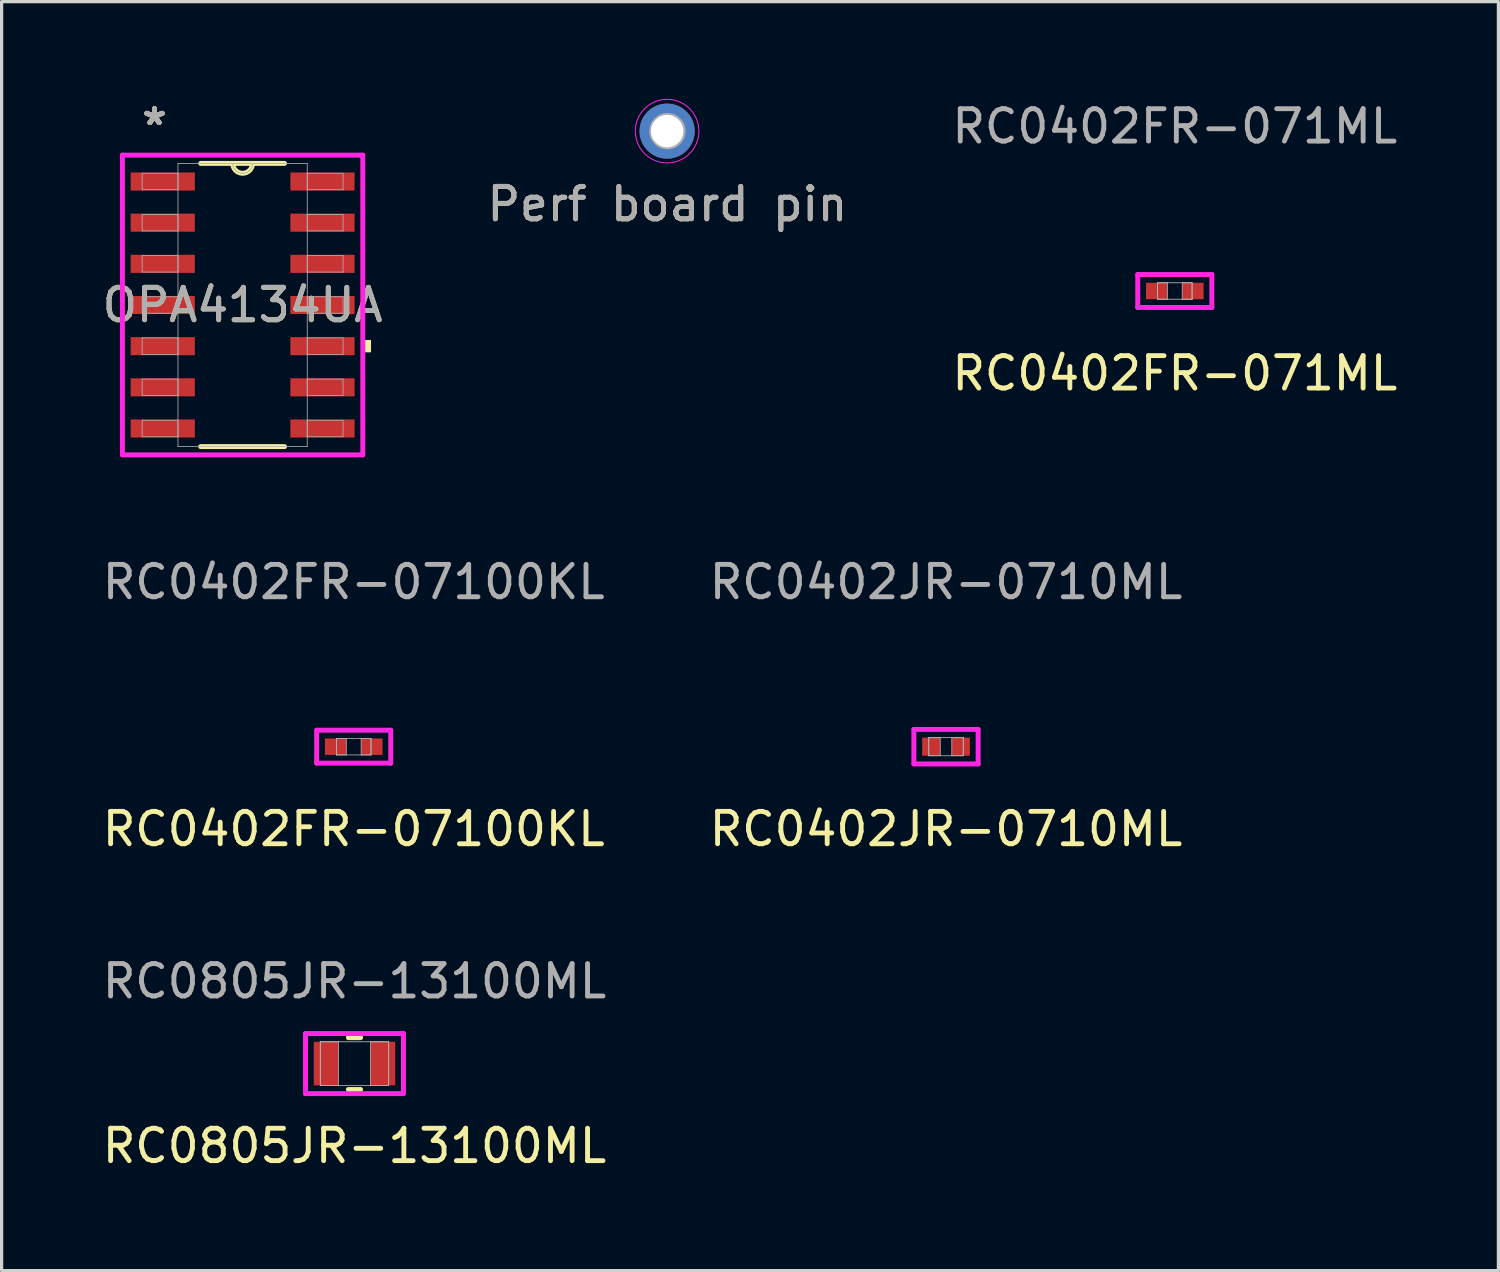
<source format=kicad_pcb>
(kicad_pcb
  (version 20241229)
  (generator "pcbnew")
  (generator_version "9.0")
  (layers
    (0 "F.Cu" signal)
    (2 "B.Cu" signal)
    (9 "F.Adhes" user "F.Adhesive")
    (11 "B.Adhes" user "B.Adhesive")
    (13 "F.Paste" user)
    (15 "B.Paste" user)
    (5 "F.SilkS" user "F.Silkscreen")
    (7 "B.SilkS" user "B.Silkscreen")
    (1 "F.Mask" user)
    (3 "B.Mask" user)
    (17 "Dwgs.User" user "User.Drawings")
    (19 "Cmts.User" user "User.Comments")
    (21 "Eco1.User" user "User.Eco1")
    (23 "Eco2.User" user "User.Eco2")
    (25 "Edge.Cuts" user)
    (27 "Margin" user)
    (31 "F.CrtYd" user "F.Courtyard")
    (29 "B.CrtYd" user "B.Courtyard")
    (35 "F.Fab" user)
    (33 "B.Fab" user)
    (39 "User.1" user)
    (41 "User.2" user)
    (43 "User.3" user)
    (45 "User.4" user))
  (footprint "RC0402FR-07100KL"
    (layer "F.Cu")
    (at 7.863 19.987)
    (property "Reference" "RC0402FR-07100KL" (at 0 2.54 0) (unlocked yes) (layer "F.SilkS") (effects (font (size 1 1) (thickness 0.15))))
    (attr smd)
    (fp_line (start -1.143 -0.508) (end 1.143 -0.508) (stroke (width 0.152) (type solid)) (layer "F.CrtYd"))
    (fp_line (start -1.143 0.508) (end -1.143 -0.508) (stroke (width 0.152) (type solid)) (layer "F.CrtYd"))
    (fp_line (start 1.143 -0.508) (end 1.143 0.508) (stroke (width 0.152) (type solid)) (layer "F.CrtYd"))
    (fp_line (start 1.143 0.508) (end -1.143 0.508) (stroke (width 0.152) (type solid)) (layer "F.CrtYd"))
    (fp_line (start -0.533 -0.254) (end -0.533 0.254) (stroke (width 0.025) (type solid)) (layer "F.Fab"))
    (fp_line (start -0.533 -0.254) (end -0.533 0.254) (stroke (width 0.025) (type solid)) (layer "F.Fab"))
    (fp_line (start -0.533 0.254) (end -0.229 0.254) (stroke (width 0.025) (type solid)) (layer "F.Fab"))
    (fp_line (start -0.533 0.254) (end 0.533 0.254) (stroke (width 0.025) (type solid)) (layer "F.Fab"))
    (fp_line (start -0.229 -0.254) (end -0.533 -0.254) (stroke (width 0.025) (type solid)) (layer "F.Fab"))
    (fp_line (start -0.229 0.254) (end -0.229 -0.254) (stroke (width 0.025) (type solid)) (layer "F.Fab"))
    (fp_line (start 0.229 -0.254) (end 0.229 0.254) (stroke (width 0.025) (type solid)) (layer "F.Fab"))
    (fp_line (start 0.229 0.254) (end 0.533 0.254) (stroke (width 0.025) (type solid)) (layer "F.Fab"))
    (fp_line (start 0.533 -0.254) (end -0.533 -0.254) (stroke (width 0.025) (type solid)) (layer "F.Fab"))
    (fp_line (start 0.533 -0.254) (end 0.229 -0.254) (stroke (width 0.025) (type solid)) (layer "F.Fab"))
    (fp_line (start 0.533 0.254) (end 0.533 -0.254) (stroke (width 0.025) (type solid)) (layer "F.Fab"))
    (fp_line (start 0.533 0.254) (end 0.533 -0.254) (stroke (width 0.025) (type solid)) (layer "F.Fab"))
    (fp_text user "${REFERENCE}" (at 0 -5.08 0) (unlocked yes) (layer "F.Fab") (effects (font (size 1 1) (thickness 0.15))))
    (pad "1" smd rect (at -0.559 0) (size 0.66 0.508) (layers "F.Cu" "F.Mask" "F.Paste"))
    (pad "2" smd rect (at 0.559 0) (size 0.66 0.508) (layers "F.Cu" "F.Mask" "F.Paste"))
    (zone (net_name "") (layer "F.Cu") (hatch full 0.508) (connect_pads) (min_thickness 0.254) (filled_areas_thickness no) (keepout (tracks not_allowed) (vias not_allowed) (pads allowed) (copperpour not_allowed) (footprints allowed)) (placement (enabled no)) (fill) (polygon (pts (xy 7.685 19.784) (xy 8.041 19.784) (xy 8.041 20.191) (xy 7.685 20.191)))))
  (footprint "OPA4134UA"
    (layer "F.Cu")
    (at 4.435 6.36)
    (property "Reference" "OPA4134UA" (at 0 0 0) (unlocked yes) (layer "F.SilkS") (effects (font (size 1 1) (thickness 0.15))))
    (attr smd)
    (fp_line (start -1.293 4.369) (end 1.293 4.369) (stroke (width 0.152) (type solid)) (layer "F.SilkS"))
    (fp_line (start 1.293 -4.369) (end -1.293 -4.369) (stroke (width 0.152) (type solid)) (layer "F.SilkS"))
    (fp_arc (start 0.3048 -4.3688) (mid 0 -4.064) (end -0.3048 -4.3688) (stroke (width 0.1524) (type solid)) (layer "F.SilkS"))
    (fp_poly (pts (xy 3.962 1.079) (xy 3.962 1.46) (xy 3.708 1.46) (xy 3.708 1.079)) (stroke (width 0) (type solid)) (fill yes) (layer "F.SilkS"))
    (fp_line (start -3.708 -4.623) (end 3.708 -4.623) (stroke (width 0.152) (type solid)) (layer "F.CrtYd"))
    (fp_line (start -3.708 4.623) (end -3.708 -4.623) (stroke (width 0.152) (type solid)) (layer "F.CrtYd"))
    (fp_line (start 3.708 -4.623) (end 3.708 4.623) (stroke (width 0.152) (type solid)) (layer "F.CrtYd"))
    (fp_line (start 3.708 4.623) (end -3.708 4.623) (stroke (width 0.152) (type solid)) (layer "F.CrtYd"))
    (fp_line (start -3.099 -4.064) (end -3.099 -3.556) (stroke (width 0.025) (type solid)) (layer "F.Fab"))
    (fp_line (start -3.099 -3.556) (end -1.994 -3.556) (stroke (width 0.025) (type solid)) (layer "F.Fab"))
    (fp_line (start -3.099 -2.794) (end -3.099 -2.286) (stroke (width 0.025) (type solid)) (layer "F.Fab"))
    (fp_line (start -3.099 -2.286) (end -1.994 -2.286) (stroke (width 0.025) (type solid)) (layer "F.Fab"))
    (fp_line (start -3.099 -1.524) (end -3.099 -1.016) (stroke (width 0.025) (type solid)) (layer "F.Fab"))
    (fp_line (start -3.099 -1.016) (end -1.994 -1.016) (stroke (width 0.025) (type solid)) (layer "F.Fab"))
    (fp_line (start -3.099 -0.254) (end -3.099 0.254) (stroke (width 0.025) (type solid)) (layer "F.Fab"))
    (fp_line (start -3.099 0.254) (end -1.994 0.254) (stroke (width 0.025) (type solid)) (layer "F.Fab"))
    (fp_line (start -3.099 1.016) (end -3.099 1.524) (stroke (width 0.025) (type solid)) (layer "F.Fab"))
    (fp_line (start -3.099 1.524) (end -1.994 1.524) (stroke (width 0.025) (type solid)) (layer "F.Fab"))
    (fp_line (start -3.099 2.286) (end -3.099 2.794) (stroke (width 0.025) (type solid)) (layer "F.Fab"))
    (fp_line (start -3.099 2.794) (end -1.994 2.794) (stroke (width 0.025) (type solid)) (layer "F.Fab"))
    (fp_line (start -3.099 3.556) (end -3.099 4.064) (stroke (width 0.025) (type solid)) (layer "F.Fab"))
    (fp_line (start -3.099 4.064) (end -1.994 4.064) (stroke (width 0.025) (type solid)) (layer "F.Fab"))
    (fp_line (start -1.994 -4.369) (end -1.994 4.369) (stroke (width 0.025) (type solid)) (layer "F.Fab"))
    (fp_line (start -1.994 -4.064) (end -3.099 -4.064) (stroke (width 0.025) (type solid)) (layer "F.Fab"))
    (fp_line (start -1.994 -3.556) (end -1.994 -4.064) (stroke (width 0.025) (type solid)) (layer "F.Fab"))
    (fp_line (start -1.994 -2.794) (end -3.099 -2.794) (stroke (width 0.025) (type solid)) (layer "F.Fab"))
    (fp_line (start -1.994 -2.286) (end -1.994 -2.794) (stroke (width 0.025) (type solid)) (layer "F.Fab"))
    (fp_line (start -1.994 -1.524) (end -3.099 -1.524) (stroke (width 0.025) (type solid)) (layer "F.Fab"))
    (fp_line (start -1.994 -1.016) (end -1.994 -1.524) (stroke (width 0.025) (type solid)) (layer "F.Fab"))
    (fp_line (start -1.994 -0.254) (end -3.099 -0.254) (stroke (width 0.025) (type solid)) (layer "F.Fab"))
    (fp_line (start -1.994 0.254) (end -1.994 -0.254) (stroke (width 0.025) (type solid)) (layer "F.Fab"))
    (fp_line (start -1.994 1.016) (end -3.099 1.016) (stroke (width 0.025) (type solid)) (layer "F.Fab"))
    (fp_line (start -1.994 1.524) (end -1.994 1.016) (stroke (width 0.025) (type solid)) (layer "F.Fab"))
    (fp_line (start -1.994 2.286) (end -3.099 2.286) (stroke (width 0.025) (type solid)) (layer "F.Fab"))
    (fp_line (start -1.994 2.794) (end -1.994 2.286) (stroke (width 0.025) (type solid)) (layer "F.Fab"))
    (fp_line (start -1.994 3.556) (end -3.099 3.556) (stroke (width 0.025) (type solid)) (layer "F.Fab"))
    (fp_line (start -1.994 4.064) (end -1.994 3.556) (stroke (width 0.025) (type solid)) (layer "F.Fab"))
    (fp_line (start -1.994 4.369) (end 1.994 4.369) (stroke (width 0.025) (type solid)) (layer "F.Fab"))
    (fp_line (start 1.994 -4.369) (end -1.994 -4.369) (stroke (width 0.025) (type solid)) (layer "F.Fab"))
    (fp_line (start 1.994 -4.064) (end 1.994 -3.556) (stroke (width 0.025) (type solid)) (layer "F.Fab"))
    (fp_line (start 1.994 -3.556) (end 3.099 -3.556) (stroke (width 0.025) (type solid)) (layer "F.Fab"))
    (fp_line (start 1.994 -2.794) (end 1.994 -2.286) (stroke (width 0.025) (type solid)) (layer "F.Fab"))
    (fp_line (start 1.994 -2.286) (end 3.099 -2.286) (stroke (width 0.025) (type solid)) (layer "F.Fab"))
    (fp_line (start 1.994 -1.524) (end 1.994 -1.016) (stroke (width 0.025) (type solid)) (layer "F.Fab"))
    (fp_line (start 1.994 -1.016) (end 3.099 -1.016) (stroke (width 0.025) (type solid)) (layer "F.Fab"))
    (fp_line (start 1.994 -0.254) (end 1.994 0.254) (stroke (width 0.025) (type solid)) (layer "F.Fab"))
    (fp_line (start 1.994 0.254) (end 3.099 0.254) (stroke (width 0.025) (type solid)) (layer "F.Fab"))
    (fp_line (start 1.994 1.016) (end 1.994 1.524) (stroke (width 0.025) (type solid)) (layer "F.Fab"))
    (fp_line (start 1.994 1.524) (end 3.099 1.524) (stroke (width 0.025) (type solid)) (layer "F.Fab"))
    (fp_line (start 1.994 2.286) (end 1.994 2.794) (stroke (width 0.025) (type solid)) (layer "F.Fab"))
    (fp_line (start 1.994 2.794) (end 3.099 2.794) (stroke (width 0.025) (type solid)) (layer "F.Fab"))
    (fp_line (start 1.994 3.556) (end 1.994 4.064) (stroke (width 0.025) (type solid)) (layer "F.Fab"))
    (fp_line (start 1.994 4.064) (end 3.099 4.064) (stroke (width 0.025) (type solid)) (layer "F.Fab"))
    (fp_line (start 1.994 4.369) (end 1.994 -4.369) (stroke (width 0.025) (type solid)) (layer "F.Fab"))
    (fp_line (start 3.099 -4.064) (end 1.994 -4.064) (stroke (width 0.025) (type solid)) (layer "F.Fab"))
    (fp_line (start 3.099 -3.556) (end 3.099 -4.064) (stroke (width 0.025) (type solid)) (layer "F.Fab"))
    (fp_line (start 3.099 -2.794) (end 1.994 -2.794) (stroke (width 0.025) (type solid)) (layer "F.Fab"))
    (fp_line (start 3.099 -2.286) (end 3.099 -2.794) (stroke (width 0.025) (type solid)) (layer "F.Fab"))
    (fp_line (start 3.099 -1.524) (end 1.994 -1.524) (stroke (width 0.025) (type solid)) (layer "F.Fab"))
    (fp_line (start 3.099 -1.016) (end 3.099 -1.524) (stroke (width 0.025) (type solid)) (layer "F.Fab"))
    (fp_line (start 3.099 -0.254) (end 1.994 -0.254) (stroke (width 0.025) (type solid)) (layer "F.Fab"))
    (fp_line (start 3.099 0.254) (end 3.099 -0.254) (stroke (width 0.025) (type solid)) (layer "F.Fab"))
    (fp_line (start 3.099 1.016) (end 1.994 1.016) (stroke (width 0.025) (type solid)) (layer "F.Fab"))
    (fp_line (start 3.099 1.524) (end 3.099 1.016) (stroke (width 0.025) (type solid)) (layer "F.Fab"))
    (fp_line (start 3.099 2.286) (end 1.994 2.286) (stroke (width 0.025) (type solid)) (layer "F.Fab"))
    (fp_line (start 3.099 2.794) (end 3.099 2.286) (stroke (width 0.025) (type solid)) (layer "F.Fab"))
    (fp_line (start 3.099 3.556) (end 1.994 3.556) (stroke (width 0.025) (type solid)) (layer "F.Fab"))
    (fp_line (start 3.099 4.064) (end 3.099 3.556) (stroke (width 0.025) (type solid)) (layer "F.Fab"))
    (fp_arc (start 0.3048 -4.3688) (mid 0 -4.064) (end -0.3048 -4.3688) (stroke (width 0.0254) (type solid)) (layer "F.Fab"))
    (fp_text user "*" (at -2.718 -5.512 0) (unlocked yes) (layer "F.SilkS") (effects (font (size 1 1) (thickness 0.15))))
    (fp_text user "*" (at -2.718 -5.512 0) (layer "F.SilkS") (effects (font (size 1 1) (thickness 0.15))))
    (fp_text user "${REFERENCE}" (at 0 0 0) (unlocked yes) (layer "F.Fab") (effects (font (size 1 1) (thickness 0.15))))
    (fp_text user "*" (at -2.718 -5.512 0) (layer "F.Fab") (effects (font (size 1 1) (thickness 0.15))))
    (fp_text user "*" (at -2.718 -5.512 0) (unlocked yes) (layer "F.Fab") (effects (font (size 1 1) (thickness 0.15))))
    (pad "1" smd rect (at -2.464 -3.81) (size 1.981 0.559) (layers "F.Cu" "F.Mask" "F.Paste"))
    (pad "2" smd rect (at -2.464 -2.54) (size 1.981 0.559) (layers "F.Cu" "F.Mask" "F.Paste"))
    (pad "3" smd rect (at -2.464 -1.27) (size 1.981 0.559) (layers "F.Cu" "F.Mask" "F.Paste"))
    (pad "4" smd rect (at -2.464 0) (size 1.981 0.559) (layers "F.Cu" "F.Mask" "F.Paste"))
    (pad "5" smd rect (at -2.464 1.27) (size 1.981 0.559) (layers "F.Cu" "F.Mask" "F.Paste"))
    (pad "6" smd rect (at -2.464 2.54) (size 1.981 0.559) (layers "F.Cu" "F.Mask" "F.Paste"))
    (pad "7" smd rect (at -2.464 3.81) (size 1.981 0.559) (layers "F.Cu" "F.Mask" "F.Paste"))
    (pad "8" smd rect (at 2.464 3.81) (size 1.981 0.559) (layers "F.Cu" "F.Mask" "F.Paste"))
    (pad "9" smd rect (at 2.464 2.54) (size 1.981 0.559) (layers "F.Cu" "F.Mask" "F.Paste"))
    (pad "10" smd rect (at 2.464 1.27) (size 1.981 0.559) (layers "F.Cu" "F.Mask" "F.Paste"))
    (pad "11" smd rect (at 2.464 0) (size 1.981 0.559) (layers "F.Cu" "F.Mask" "F.Paste"))
    (pad "12" smd rect (at 2.464 -1.27) (size 1.981 0.559) (layers "F.Cu" "F.Mask" "F.Paste"))
    (pad "13" smd rect (at 2.464 -2.54) (size 1.981 0.559) (layers "F.Cu" "F.Mask" "F.Paste"))
    (pad "14" smd rect (at 2.464 -3.81) (size 1.981 0.559) (layers "F.Cu" "F.Mask" "F.Paste")))
  (footprint "RC0402JR-0710ML"
    (layer "F.Cu")
    (at 26.137 19.987)
    (property "Reference" "RC0402JR-0710ML" (at 0 2.54 0) (unlocked yes) (layer "F.SilkS") (effects (font (size 1 1) (thickness 0.15))))
    (attr smd)
    (fp_line (start -0.991 -0.533) (end 0.991 -0.533) (stroke (width 0.152) (type solid)) (layer "F.CrtYd"))
    (fp_line (start -0.991 0.533) (end -0.991 -0.533) (stroke (width 0.152) (type solid)) (layer "F.CrtYd"))
    (fp_line (start 0.991 -0.533) (end 0.991 0.533) (stroke (width 0.152) (type solid)) (layer "F.CrtYd"))
    (fp_line (start 0.991 0.533) (end -0.991 0.533) (stroke (width 0.152) (type solid)) (layer "F.CrtYd"))
    (fp_line (start -0.533 -0.279) (end -0.533 0.279) (stroke (width 0.025) (type solid)) (layer "F.Fab"))
    (fp_line (start -0.533 -0.279) (end -0.533 0.279) (stroke (width 0.025) (type solid)) (layer "F.Fab"))
    (fp_line (start -0.533 0.279) (end -0.178 0.279) (stroke (width 0.025) (type solid)) (layer "F.Fab"))
    (fp_line (start -0.533 0.279) (end 0.533 0.279) (stroke (width 0.025) (type solid)) (layer "F.Fab"))
    (fp_line (start -0.178 -0.279) (end -0.533 -0.279) (stroke (width 0.025) (type solid)) (layer "F.Fab"))
    (fp_line (start -0.178 0.279) (end -0.178 -0.279) (stroke (width 0.025) (type solid)) (layer "F.Fab"))
    (fp_line (start 0.178 -0.279) (end 0.178 0.279) (stroke (width 0.025) (type solid)) (layer "F.Fab"))
    (fp_line (start 0.178 0.279) (end 0.533 0.279) (stroke (width 0.025) (type solid)) (layer "F.Fab"))
    (fp_line (start 0.533 -0.279) (end -0.533 -0.279) (stroke (width 0.025) (type solid)) (layer "F.Fab"))
    (fp_line (start 0.533 -0.279) (end 0.178 -0.279) (stroke (width 0.025) (type solid)) (layer "F.Fab"))
    (fp_line (start 0.533 0.279) (end 0.533 -0.279) (stroke (width 0.025) (type solid)) (layer "F.Fab"))
    (fp_line (start 0.533 0.279) (end 0.533 -0.279) (stroke (width 0.025) (type solid)) (layer "F.Fab"))
    (fp_text user "${REFERENCE}" (at 0 -5.08 0) (unlocked yes) (layer "F.Fab") (effects (font (size 1 1) (thickness 0.15))))
    (pad "1" smd rect (at -0.457 0) (size 0.559 0.559) (layers "F.Cu" "F.Mask" "F.Paste"))
    (pad "2" smd rect (at 0.457 0) (size 0.559 0.559) (layers "F.Cu" "F.Mask" "F.Paste"))
    (zone (net_name "") (layer "F.Cu") (hatch full 0.508) (connect_pads) (min_thickness 0.254) (filled_areas_thickness no) (keepout (tracks not_allowed) (vias not_allowed) (pads allowed) (copperpour not_allowed) (footprints allowed)) (placement (enabled no)) (fill) (polygon (pts (xy 26.01 19.759) (xy 26.264 19.759) (xy 26.264 20.216) (xy 26.01 20.216)))))
  (footprint "RC0402FR-071ML"
    (layer "F.Cu")
    (at 33.196 5.928)
    (property "Reference" "RC0402FR-071ML" (at 0 2.54 0) (unlocked yes) (layer "F.SilkS") (effects (font (size 1 1) (thickness 0.15))))
    (attr smd)
    (fp_line (start -1.143 -0.508) (end 1.143 -0.508) (stroke (width 0.152) (type solid)) (layer "F.CrtYd"))
    (fp_line (start -1.143 0.508) (end -1.143 -0.508) (stroke (width 0.152) (type solid)) (layer "F.CrtYd"))
    (fp_line (start 1.143 -0.508) (end 1.143 0.508) (stroke (width 0.152) (type solid)) (layer "F.CrtYd"))
    (fp_line (start 1.143 0.508) (end -1.143 0.508) (stroke (width 0.152) (type solid)) (layer "F.CrtYd"))
    (fp_line (start -0.533 -0.254) (end -0.533 0.254) (stroke (width 0.025) (type solid)) (layer "F.Fab"))
    (fp_line (start -0.533 -0.254) (end -0.533 0.254) (stroke (width 0.025) (type solid)) (layer "F.Fab"))
    (fp_line (start -0.533 0.254) (end -0.229 0.254) (stroke (width 0.025) (type solid)) (layer "F.Fab"))
    (fp_line (start -0.533 0.254) (end 0.533 0.254) (stroke (width 0.025) (type solid)) (layer "F.Fab"))
    (fp_line (start -0.229 -0.254) (end -0.533 -0.254) (stroke (width 0.025) (type solid)) (layer "F.Fab"))
    (fp_line (start -0.229 0.254) (end -0.229 -0.254) (stroke (width 0.025) (type solid)) (layer "F.Fab"))
    (fp_line (start 0.229 -0.254) (end 0.229 0.254) (stroke (width 0.025) (type solid)) (layer "F.Fab"))
    (fp_line (start 0.229 0.254) (end 0.533 0.254) (stroke (width 0.025) (type solid)) (layer "F.Fab"))
    (fp_line (start 0.533 -0.254) (end -0.533 -0.254) (stroke (width 0.025) (type solid)) (layer "F.Fab"))
    (fp_line (start 0.533 -0.254) (end 0.229 -0.254) (stroke (width 0.025) (type solid)) (layer "F.Fab"))
    (fp_line (start 0.533 0.254) (end 0.533 -0.254) (stroke (width 0.025) (type solid)) (layer "F.Fab"))
    (fp_line (start 0.533 0.254) (end 0.533 -0.254) (stroke (width 0.025) (type solid)) (layer "F.Fab"))
    (fp_text user "${REFERENCE}" (at 0 -5.08 0) (unlocked yes) (layer "F.Fab") (effects (font (size 1 1) (thickness 0.15))))
    (pad "1" smd rect (at -0.559 0) (size 0.66 0.508) (layers "F.Cu" "F.Mask" "F.Paste"))
    (pad "2" smd rect (at 0.559 0) (size 0.66 0.508) (layers "F.Cu" "F.Mask" "F.Paste"))
    (zone (net_name "") (layer "F.Cu") (hatch full 0.508) (connect_pads) (min_thickness 0.254) (filled_areas_thickness no) (keepout (tracks not_allowed) (vias not_allowed) (pads allowed) (copperpour not_allowed) (footprints allowed)) (placement (enabled no)) (fill) (polygon (pts (xy 33.019 5.725) (xy 33.374 5.725) (xy 33.374 6.131) (xy 33.019 6.131)))))
  (footprint "Perf board pin"
    (layer "F.Cu")
    (at 17.542 0.996)
    (property "Reference" "Perf board pin" (at 0 2.25 0) (layer "F.SilkS") (effects (font (size 1 1) (thickness 0.15))))
    (attr through_hole board_only exclude_from_bom)
    (fp_circle (center -0.01 0) (end 0.971 0) (stroke (width 0.03) (type default)) (fill no) (layer "F.CrtYd"))
    (fp_circle (center 0 0) (end 0.5 0) (stroke (width 0.12) (type solid)) (fill no) (layer "F.Fab"))
    (fp_text user "${REFERENCE}" (at 0 2.25 0) (layer "F.Fab") (effects (font (size 1 1) (thickness 0.15))))
    (pad "" thru_hole circle (at -0.01 0) (size 1.7 1.7) (drill 1) (layers "*.Cu" "*.Mask")))
  (footprint "RC0805JR-13100ML"
    (layer "F.Cu")
    (at 7.887 29.764)
    (property "Reference" "RC0805JR-13100ML" (at 0 2.54 0) (unlocked yes) (layer "F.SilkS") (effects (font (size 1 1) (thickness 0.15))))
    (attr smd)
    (fp_line (start -0.188 0.8) (end 0.188 0.8) (stroke (width 0.152) (type solid)) (layer "F.SilkS"))
    (fp_line (start 0.188 -0.8) (end -0.188 -0.8) (stroke (width 0.152) (type solid)) (layer "F.SilkS"))
    (fp_line (start -1.511 -0.927) (end 1.511 -0.927) (stroke (width 0.152) (type solid)) (layer "F.CrtYd"))
    (fp_line (start -1.511 0.927) (end -1.511 -0.927) (stroke (width 0.152) (type solid)) (layer "F.CrtYd"))
    (fp_line (start 1.511 -0.927) (end 1.511 0.927) (stroke (width 0.152) (type solid)) (layer "F.CrtYd"))
    (fp_line (start 1.511 0.927) (end -1.511 0.927) (stroke (width 0.152) (type solid)) (layer "F.CrtYd"))
    (fp_line (start -1.054 -0.673) (end -1.054 0.673) (stroke (width 0.025) (type solid)) (layer "F.Fab"))
    (fp_line (start -1.054 -0.673) (end -1.054 0.673) (stroke (width 0.025) (type solid)) (layer "F.Fab"))
    (fp_line (start -1.054 0.673) (end -0.495 0.673) (stroke (width 0.025) (type solid)) (layer "F.Fab"))
    (fp_line (start -1.054 0.673) (end 1.054 0.673) (stroke (width 0.025) (type solid)) (layer "F.Fab"))
    (fp_line (start -0.495 -0.673) (end -1.054 -0.673) (stroke (width 0.025) (type solid)) (layer "F.Fab"))
    (fp_line (start -0.495 0.673) (end -0.495 -0.673) (stroke (width 0.025) (type solid)) (layer "F.Fab"))
    (fp_line (start 0.495 -0.673) (end 0.495 0.673) (stroke (width 0.025) (type solid)) (layer "F.Fab"))
    (fp_line (start 0.495 0.673) (end 1.054 0.673) (stroke (width 0.025) (type solid)) (layer "F.Fab"))
    (fp_line (start 1.054 -0.673) (end -1.054 -0.673) (stroke (width 0.025) (type solid)) (layer "F.Fab"))
    (fp_line (start 1.054 -0.673) (end 0.495 -0.673) (stroke (width 0.025) (type solid)) (layer "F.Fab"))
    (fp_line (start 1.054 0.673) (end 1.054 -0.673) (stroke (width 0.025) (type solid)) (layer "F.Fab"))
    (fp_line (start 1.054 0.673) (end 1.054 -0.673) (stroke (width 0.025) (type solid)) (layer "F.Fab"))
    (fp_text user "${REFERENCE}" (at 0 -2.54 0) (unlocked yes) (layer "F.Fab") (effects (font (size 1 1) (thickness 0.15))))
    (pad "1" smd rect (at -0.876 0) (size 0.762 1.346) (layers "F.Cu" "F.Mask" "F.Paste"))
    (pad "2" smd rect (at 0.876 0) (size 0.762 1.346) (layers "F.Cu" "F.Mask" "F.Paste"))
    (zone (net_name "") (layer "F.Cu") (hatch full 0.508) (connect_pads) (min_thickness 0.254) (filled_areas_thickness no) (keepout (tracks not_allowed) (vias not_allowed) (pads allowed) (copperpour not_allowed) (footprints allowed)) (placement (enabled no)) (fill) (polygon (pts (xy 7.442 29.142) (xy 8.331 29.142) (xy 8.331 30.386) (xy 7.442 30.386)))))
  (gr_rect
    (start -3 -3)
    (end 43.179 36.152)
    (stroke (width 0.1) (type default))
    (fill no)
    (layer "Edge.Cuts")))
</source>
